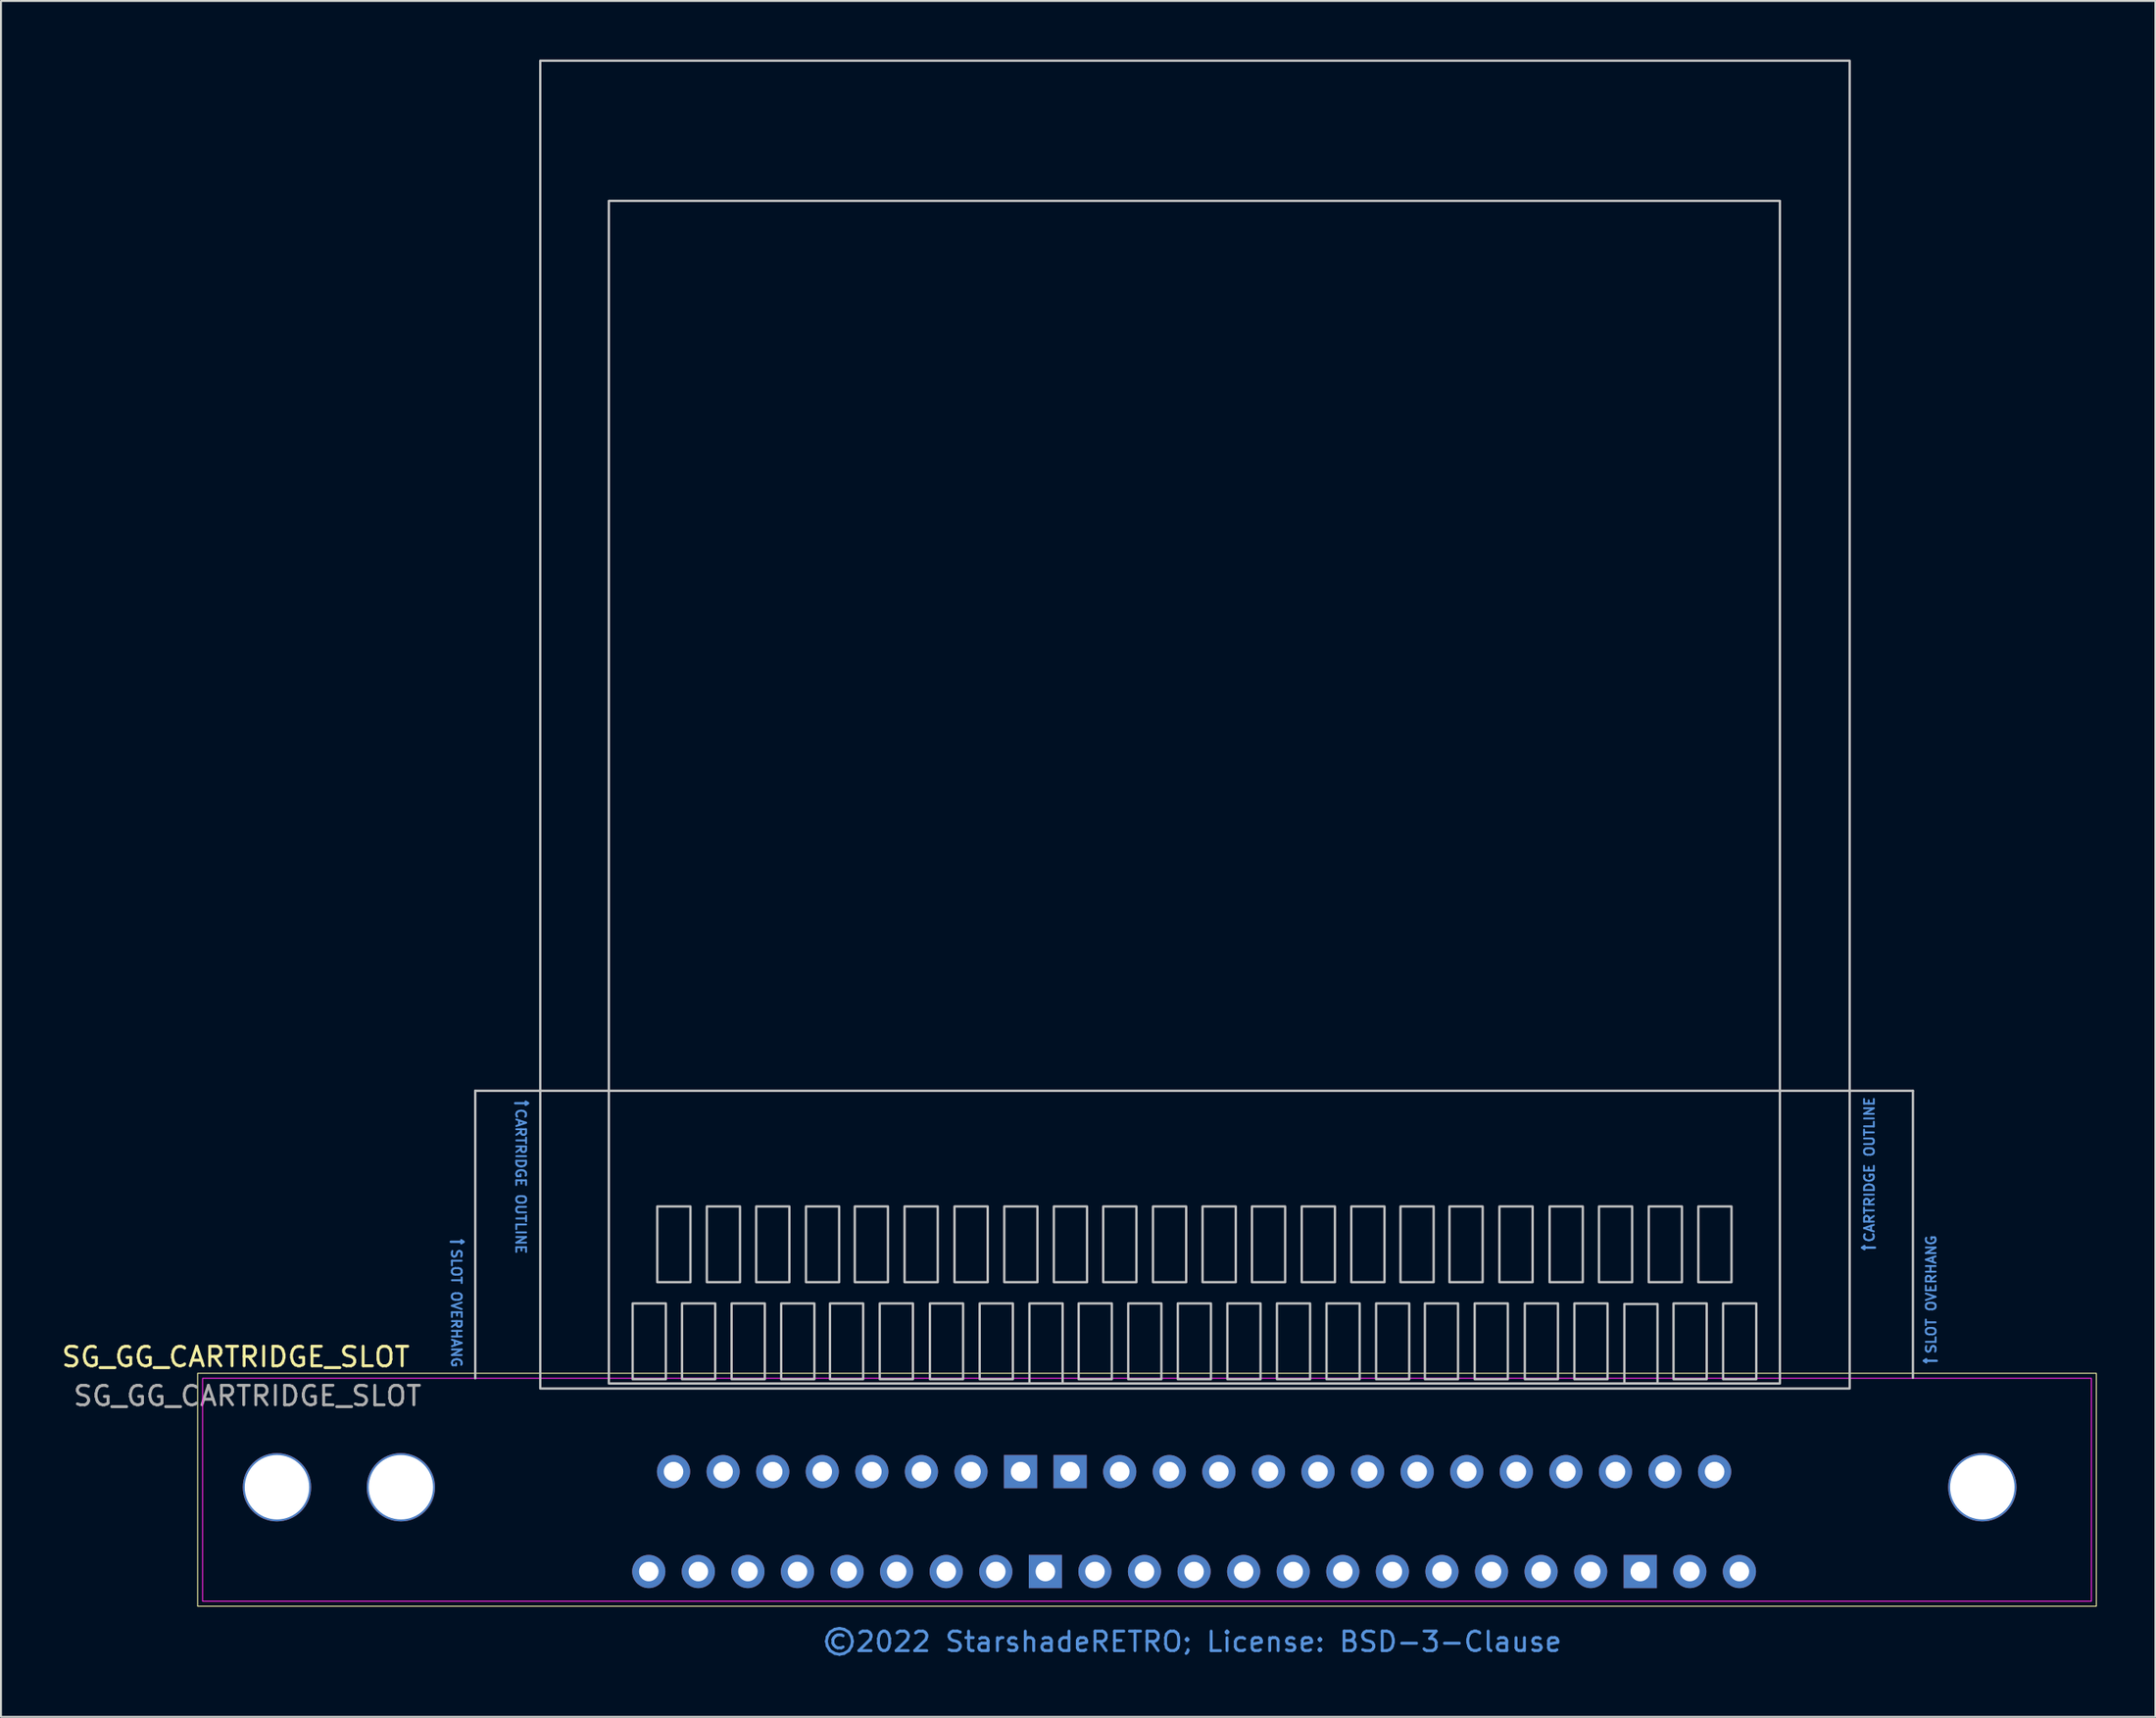
<source format=kicad_pcb>
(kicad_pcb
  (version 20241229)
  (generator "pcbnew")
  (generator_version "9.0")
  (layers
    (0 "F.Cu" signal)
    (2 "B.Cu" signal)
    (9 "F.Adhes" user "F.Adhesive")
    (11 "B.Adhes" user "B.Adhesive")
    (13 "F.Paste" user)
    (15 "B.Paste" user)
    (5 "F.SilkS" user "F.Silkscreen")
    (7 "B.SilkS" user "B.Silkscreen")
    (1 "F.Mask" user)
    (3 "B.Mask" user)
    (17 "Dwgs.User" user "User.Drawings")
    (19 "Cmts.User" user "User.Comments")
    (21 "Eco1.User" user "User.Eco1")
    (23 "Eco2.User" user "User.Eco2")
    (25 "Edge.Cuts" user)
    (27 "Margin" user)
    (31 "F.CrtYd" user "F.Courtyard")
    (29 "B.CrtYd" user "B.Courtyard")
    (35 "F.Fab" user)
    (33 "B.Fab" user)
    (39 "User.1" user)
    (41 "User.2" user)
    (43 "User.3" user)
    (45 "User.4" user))
  (footprint "SG_GG_CARTRIDGE_SLOT"
    (layer "F.Cu")
    (at 58.03 74.89)
    (property "Reference" "SG_GG_CARTRIDGE_SLOT" (at -49 -8.4 0) (unlocked yes) (layer "F.SilkS") (effects (font (size 1 1) (thickness 0.15))))
    (attr through_hole)
    (fp_poly (pts (xy -50.954 4.378) (xy -50.954 -7.56) (xy 46.328 -7.56) (xy 46.328 4.378)) (stroke (width 0.05) (type solid)) (fill no) (layer "F.SilkS"))
    (fp_line (start -36.73 -22.038) (end 36.93 -22.038) (stroke (width 0.12) (type solid)) (layer "Dwgs.User"))
    (fp_line (start -36.73 -7.306) (end -36.73 -22.038) (stroke (width 0.12) (type solid)) (layer "Dwgs.User"))
    (fp_line (start 36.93 -7.33) (end 36.93 -22.038) (stroke (width 0.12) (type solid)) (layer "Dwgs.User"))
    (fp_rect (start -33.4 -6.78) (end 33.69 -74.83) (stroke (width 0.12) (type solid)) (fill no) (layer "Dwgs.User"))
    (fp_rect (start -29.885 -7.036) (end 30.115 -67.646) (stroke (width 0.12) (type solid)) (fill no) (layer "Dwgs.User"))
    (fp_rect (start -28.665 -7.26) (end -26.965 -11.14) (stroke (width 0.12) (type solid)) (fill no) (layer "Dwgs.User"))
    (fp_rect (start -27.405 -12.23) (end -25.705 -16.11) (stroke (width 0.12) (type solid)) (fill no) (layer "Dwgs.User"))
    (fp_rect (start -26.135 -7.26) (end -24.435 -11.14) (stroke (width 0.12) (type solid)) (fill no) (layer "Dwgs.User"))
    (fp_rect (start -24.865 -12.23) (end -23.165 -16.11) (stroke (width 0.12) (type solid)) (fill no) (layer "Dwgs.User"))
    (fp_rect (start -23.595 -7.26) (end -21.895 -11.14) (stroke (width 0.12) (type solid)) (fill no) (layer "Dwgs.User"))
    (fp_rect (start -22.335 -12.23) (end -20.635 -16.11) (stroke (width 0.12) (type solid)) (fill no) (layer "Dwgs.User"))
    (fp_rect (start -21.055 -7.26) (end -19.355 -11.14) (stroke (width 0.12) (type solid)) (fill no) (layer "Dwgs.User"))
    (fp_rect (start -19.785 -12.23) (end -18.085 -16.11) (stroke (width 0.12) (type solid)) (fill no) (layer "Dwgs.User"))
    (fp_rect (start -18.555 -7.26) (end -16.855 -11.14) (stroke (width 0.12) (type solid)) (fill no) (layer "Dwgs.User"))
    (fp_rect (start -17.285 -12.23) (end -15.585 -16.11) (stroke (width 0.12) (type solid)) (fill no) (layer "Dwgs.User"))
    (fp_rect (start -16.005 -7.26) (end -14.305 -11.14) (stroke (width 0.12) (type solid)) (fill no) (layer "Dwgs.User"))
    (fp_rect (start -14.735 -12.23) (end -13.035 -16.11) (stroke (width 0.12) (type solid)) (fill no) (layer "Dwgs.User"))
    (fp_rect (start -13.435 -7.26) (end -11.735 -11.14) (stroke (width 0.12) (type solid)) (fill no) (layer "Dwgs.User"))
    (fp_rect (start -12.175 -12.23) (end -10.475 -16.11) (stroke (width 0.12) (type solid)) (fill no) (layer "Dwgs.User"))
    (fp_rect (start -10.885 -7.26) (end -9.185 -11.14) (stroke (width 0.12) (type solid)) (fill no) (layer "Dwgs.User"))
    (fp_rect (start -9.625 -12.23) (end -7.925 -16.11) (stroke (width 0.12) (type solid)) (fill no) (layer "Dwgs.User"))
    (fp_rect (start -8.335 -7.04) (end -6.635 -11.14) (stroke (width 0.12) (type solid)) (fill no) (layer "Dwgs.User"))
    (fp_rect (start -7.085 -12.23) (end -5.385 -16.11) (stroke (width 0.12) (type solid)) (fill no) (layer "Dwgs.User"))
    (fp_rect (start -5.815 -7.26) (end -4.115 -11.14) (stroke (width 0.12) (type solid)) (fill no) (layer "Dwgs.User"))
    (fp_rect (start -4.555 -12.23) (end -2.855 -16.11) (stroke (width 0.12) (type solid)) (fill no) (layer "Dwgs.User"))
    (fp_rect (start -3.275 -7.26) (end -1.575 -11.14) (stroke (width 0.12) (type solid)) (fill no) (layer "Dwgs.User"))
    (fp_rect (start -2.005 -12.23) (end -0.305 -16.11) (stroke (width 0.12) (type solid)) (fill no) (layer "Dwgs.User"))
    (fp_rect (start -0.735 -7.26) (end 0.965 -11.14) (stroke (width 0.12) (type solid)) (fill no) (layer "Dwgs.User"))
    (fp_rect (start 0.535 -12.23) (end 2.235 -16.11) (stroke (width 0.12) (type solid)) (fill no) (layer "Dwgs.User"))
    (fp_rect (start 1.805 -7.26) (end 3.505 -11.14) (stroke (width 0.12) (type solid)) (fill no) (layer "Dwgs.User"))
    (fp_rect (start 3.065 -12.23) (end 4.765 -16.11) (stroke (width 0.12) (type solid)) (fill no) (layer "Dwgs.User"))
    (fp_rect (start 4.345 -7.26) (end 6.045 -11.14) (stroke (width 0.12) (type solid)) (fill no) (layer "Dwgs.User"))
    (fp_rect (start 5.615 -12.23) (end 7.315 -16.11) (stroke (width 0.12) (type solid)) (fill no) (layer "Dwgs.User"))
    (fp_rect (start 6.885 -7.26) (end 8.585 -11.14) (stroke (width 0.12) (type solid)) (fill no) (layer "Dwgs.User"))
    (fp_rect (start 8.155 -12.23) (end 9.855 -16.11) (stroke (width 0.12) (type solid)) (fill no) (layer "Dwgs.User"))
    (fp_rect (start 9.425 -7.26) (end 11.125 -11.14) (stroke (width 0.12) (type solid)) (fill no) (layer "Dwgs.User"))
    (fp_rect (start 10.675 -12.23) (end 12.375 -16.11) (stroke (width 0.12) (type solid)) (fill no) (layer "Dwgs.User"))
    (fp_rect (start 11.925 -7.26) (end 13.625 -11.14) (stroke (width 0.12) (type solid)) (fill no) (layer "Dwgs.User"))
    (fp_rect (start 13.185 -12.23) (end 14.885 -16.11) (stroke (width 0.12) (type solid)) (fill no) (layer "Dwgs.User"))
    (fp_rect (start 14.475 -7.26) (end 16.175 -11.14) (stroke (width 0.12) (type solid)) (fill no) (layer "Dwgs.User"))
    (fp_rect (start 15.745 -12.23) (end 17.445 -16.11) (stroke (width 0.12) (type solid)) (fill no) (layer "Dwgs.User"))
    (fp_rect (start 17.045 -7.26) (end 18.745 -11.14) (stroke (width 0.12) (type solid)) (fill no) (layer "Dwgs.User"))
    (fp_rect (start 18.315 -12.23) (end 20.015 -16.11) (stroke (width 0.12) (type solid)) (fill no) (layer "Dwgs.User"))
    (fp_rect (start 19.585 -7.26) (end 21.285 -11.14) (stroke (width 0.12) (type solid)) (fill no) (layer "Dwgs.User"))
    (fp_rect (start 20.845 -12.23) (end 22.545 -16.11) (stroke (width 0.12) (type solid)) (fill no) (layer "Dwgs.User"))
    (fp_rect (start 22.145 -7.04) (end 23.845 -11.11) (stroke (width 0.12) (type solid)) (fill no) (layer "Dwgs.User"))
    (fp_rect (start 23.395 -12.23) (end 25.095 -16.11) (stroke (width 0.12) (type solid)) (fill no) (layer "Dwgs.User"))
    (fp_rect (start 24.665 -7.26) (end 26.365 -11.14) (stroke (width 0.12) (type solid)) (fill no) (layer "Dwgs.User"))
    (fp_rect (start 25.935 -12.23) (end 27.635 -16.11) (stroke (width 0.12) (type solid)) (fill no) (layer "Dwgs.User"))
    (fp_rect (start 27.205 -7.26) (end 28.905 -11.14) (stroke (width 0.12) (type solid)) (fill no) (layer "Dwgs.User"))
    (fp_line (start -37.985 -14.3) (end -37.335 -14.3) (stroke (width 0.12) (type solid)) (layer "Cmts.User"))
    (fp_line (start -37.335 -14.3) (end -37.445 -14.38) (stroke (width 0.12) (type solid)) (layer "Cmts.User"))
    (fp_line (start -37.335 -14.3) (end -37.445 -14.22) (stroke (width 0.12) (type solid)) (layer "Cmts.User"))
    (fp_line (start -34.685 -21.4) (end -34.035 -21.4) (stroke (width 0.12) (type solid)) (layer "Cmts.User"))
    (fp_line (start -34.035 -21.4) (end -34.145 -21.48) (stroke (width 0.12) (type solid)) (layer "Cmts.User"))
    (fp_line (start -34.035 -21.4) (end -34.145 -21.32) (stroke (width 0.12) (type solid)) (layer "Cmts.User"))
    (fp_line (start 34.335 -14) (end 34.445 -14.08) (stroke (width 0.12) (type solid)) (layer "Cmts.User"))
    (fp_line (start 34.335 -14) (end 34.445 -13.92) (stroke (width 0.12) (type solid)) (layer "Cmts.User"))
    (fp_line (start 34.985 -14) (end 34.335 -14) (stroke (width 0.12) (type solid)) (layer "Cmts.User"))
    (fp_line (start 37.5 -8.2) (end 37.61 -8.28) (stroke (width 0.12) (type solid)) (layer "Cmts.User"))
    (fp_line (start 37.5 -8.2) (end 37.61 -8.12) (stroke (width 0.12) (type solid)) (layer "Cmts.User"))
    (fp_line (start 38.15 -8.2) (end 37.5 -8.2) (stroke (width 0.12) (type solid)) (layer "Cmts.User"))
    (fp_poly (pts (xy -50.7 4.124) (xy -50.7 -7.306) (xy 46.074 -7.306) (xy 46.074 4.124)) (stroke (width 0.05) (type solid)) (fill no) (layer "F.CrtYd"))
    (fp_text user "CARTRIDGE OUTLINE" (at -34.4 -17.4 270) (unlocked yes) (layer "Cmts.User") (effects (font (size 0.5 0.5) (thickness 0.1))))
    (fp_text user "©2022 StarshadeRETRO; License: BSD-3-Clause" (at 0 6.2 0) (layer "Cmts.User") (effects (font (size 1 1) (thickness 0.15))))
    (fp_text user "CARTRIDGE OUTLINE" (at 34.7 -18 90) (unlocked yes) (layer "Cmts.User") (effects (font (size 0.5 0.5) (thickness 0.1))))
    (fp_text user "SLOT OVERHANG" (at -37.7 -10.9 270) (unlocked yes) (layer "Cmts.User") (effects (font (size 0.5 0.5) (thickness 0.1))))
    (fp_text user "SLOT OVERHANG" (at 37.865 -11.6 90) (unlocked yes) (layer "Cmts.User") (effects (font (size 0.5 0.5) (thickness 0.1))))
    (fp_text user "${REFERENCE}" (at -48.4 -6.4 0) (unlocked yes) (layer "F.Fab") (effects (font (size 1 1) (thickness 0.15))))
    (pad "" np_thru_hole circle (at -46.89 -1.718 90) (size 3.5 3.5) (drill 3.3) (layers "*.Cu" "*.Mask"))
    (pad "" np_thru_hole circle (at -40.54 -1.718 90) (size 3.5 3.5) (drill 3.3) (layers "*.Cu" "*.Mask"))
    (pad "" np_thru_hole circle (at 40.486 -1.718 90) (size 3.5 3.5) (drill 3.3) (layers "*.Cu" "*.Mask"))
    (pad "1" thru_hole circle (at -27.84 2.6 90) (size 1.7 1.7) (drill 1) (layers "*.Cu" "*.Mask"))
    (pad "2" thru_hole circle (at -26.57 -2.52 90) (size 1.7 1.7) (drill 1) (layers "*.Cu" "*.Mask"))
    (pad "3" thru_hole oval (at -25.3 2.6 90) (size 1.7 1.7) (drill 1) (layers "*.Cu" "*.Mask"))
    (pad "4" thru_hole oval (at -24.03 -2.52 90) (size 1.7 1.7) (drill 1) (layers "*.Cu" "*.Mask"))
    (pad "5" thru_hole oval (at -22.76 2.6 90) (size 1.7 1.7) (drill 1) (layers "*.Cu" "*.Mask"))
    (pad "6" thru_hole oval (at -21.49 -2.52 90) (size 1.7 1.7) (drill 1) (layers "*.Cu" "*.Mask"))
    (pad "7" thru_hole oval (at -20.22 2.6 90) (size 1.7 1.7) (drill 1) (layers "*.Cu" "*.Mask"))
    (pad "8" thru_hole oval (at -18.95 -2.52 90) (size 1.7 1.7) (drill 1) (layers "*.Cu" "*.Mask"))
    (pad "9" thru_hole oval (at -17.68 2.6 90) (size 1.7 1.7) (drill 1) (layers "*.Cu" "*.Mask"))
    (pad "10" thru_hole oval (at -16.41 -2.52 90) (size 1.7 1.7) (drill 1) (layers "*.Cu" "*.Mask"))
    (pad "11" thru_hole oval (at -15.14 2.6 90) (size 1.7 1.7) (drill 1) (layers "*.Cu" "*.Mask"))
    (pad "12" thru_hole oval (at -13.87 -2.52 90) (size 1.7 1.7) (drill 1) (layers "*.Cu" "*.Mask"))
    (pad "13" thru_hole oval (at -12.6 2.6 90) (size 1.7 1.7) (drill 1) (layers "*.Cu" "*.Mask"))
    (pad "14" thru_hole oval (at -11.33 -2.52 90) (size 1.7 1.7) (drill 1) (layers "*.Cu" "*.Mask"))
    (pad "15" thru_hole oval (at -10.06 2.6 90) (size 1.7 1.7) (drill 1) (layers "*.Cu" "*.Mask"))
    (pad "16" thru_hole rect (at -8.79 -2.52 90) (size 1.7 1.7) (drill 1) (layers "*.Cu" "*.Mask"))
    (pad "17" thru_hole rect (at -7.52 2.6 90) (size 1.7 1.7) (drill 1) (layers "*.Cu" "*.Mask"))
    (pad "18" thru_hole rect (at -6.25 -2.52 90) (size 1.7 1.7) (drill 1) (layers "*.Cu" "*.Mask"))
    (pad "19" thru_hole oval (at -4.98 2.6 90) (size 1.7 1.7) (drill 1) (layers "*.Cu" "*.Mask"))
    (pad "20" thru_hole oval (at -3.71 -2.52 90) (size 1.7 1.7) (drill 1) (layers "*.Cu" "*.Mask"))
    (pad "21" thru_hole oval (at -2.44 2.6 90) (size 1.7 1.7) (drill 1) (layers "*.Cu" "*.Mask"))
    (pad "22" thru_hole oval (at -1.17 -2.52 90) (size 1.7 1.7) (drill 1) (layers "*.Cu" "*.Mask"))
    (pad "23" thru_hole oval (at 0.1 2.6 90) (size 1.7 1.7) (drill 1) (layers "*.Cu" "*.Mask"))
    (pad "24" thru_hole oval (at 1.37 -2.52 90) (size 1.7 1.7) (drill 1) (layers "*.Cu" "*.Mask"))
    (pad "25" thru_hole oval (at 2.64 2.6 90) (size 1.7 1.7) (drill 1) (layers "*.Cu" "*.Mask"))
    (pad "26" thru_hole oval (at 3.91 -2.52 90) (size 1.7 1.7) (drill 1) (layers "*.Cu" "*.Mask"))
    (pad "27" thru_hole oval (at 5.18 2.6 90) (size 1.7 1.7) (drill 1) (layers "*.Cu" "*.Mask"))
    (pad "28" thru_hole oval (at 6.45 -2.52 90) (size 1.7 1.7) (drill 1) (layers "*.Cu" "*.Mask"))
    (pad "29" thru_hole oval (at 7.72 2.6 90) (size 1.7 1.7) (drill 1) (layers "*.Cu" "*.Mask"))
    (pad "30" thru_hole oval (at 8.99 -2.52 90) (size 1.7 1.7) (drill 1) (layers "*.Cu" "*.Mask"))
    (pad "31" thru_hole oval (at 10.26 2.6 90) (size 1.7 1.7) (drill 1) (layers "*.Cu" "*.Mask"))
    (pad "32" thru_hole oval (at 11.53 -2.52 90) (size 1.7 1.7) (drill 1) (layers "*.Cu" "*.Mask"))
    (pad "33" thru_hole oval (at 12.8 2.6 90) (size 1.7 1.7) (drill 1) (layers "*.Cu" "*.Mask"))
    (pad "34" thru_hole oval (at 14.07 -2.52 90) (size 1.7 1.7) (drill 1) (layers "*.Cu" "*.Mask"))
    (pad "35" thru_hole oval (at 15.34 2.6 90) (size 1.7 1.7) (drill 1) (layers "*.Cu" "*.Mask"))
    (pad "36" thru_hole oval (at 16.61 -2.52 90) (size 1.7 1.7) (drill 1) (layers "*.Cu" "*.Mask"))
    (pad "37" thru_hole oval (at 17.88 2.6 90) (size 1.7 1.7) (drill 1) (layers "*.Cu" "*.Mask"))
    (pad "38" thru_hole oval (at 19.15 -2.52 90) (size 1.7 1.7) (drill 1) (layers "*.Cu" "*.Mask"))
    (pad "39" thru_hole oval (at 20.42 2.6 90) (size 1.7 1.7) (drill 1) (layers "*.Cu" "*.Mask"))
    (pad "40" thru_hole oval (at 21.69 -2.52 90) (size 1.7 1.7) (drill 1) (layers "*.Cu" "*.Mask"))
    (pad "41" thru_hole rect (at 22.96 2.6 90) (size 1.7 1.7) (drill 1) (layers "*.Cu" "*.Mask"))
    (pad "42" thru_hole oval (at 24.23 -2.52 90) (size 1.7 1.7) (drill 1) (layers "*.Cu" "*.Mask"))
    (pad "43" thru_hole oval (at 25.5 2.6 90) (size 1.7 1.7) (drill 1) (layers "*.Cu" "*.Mask"))
    (pad "44" thru_hole oval (at 26.77 -2.52 90) (size 1.7 1.7) (drill 1) (layers "*.Cu" "*.Mask"))
    (pad "45" thru_hole oval (at 28.04 2.6 90) (size 1.7 1.7) (drill 1) (layers "*.Cu" "*.Mask")))
  (gr_rect
    (start -3 -3)
    (end 107.383 84.938)
    (stroke (width 0.1) (type default))
    (fill no)
    (layer "Edge.Cuts")))
</source>
